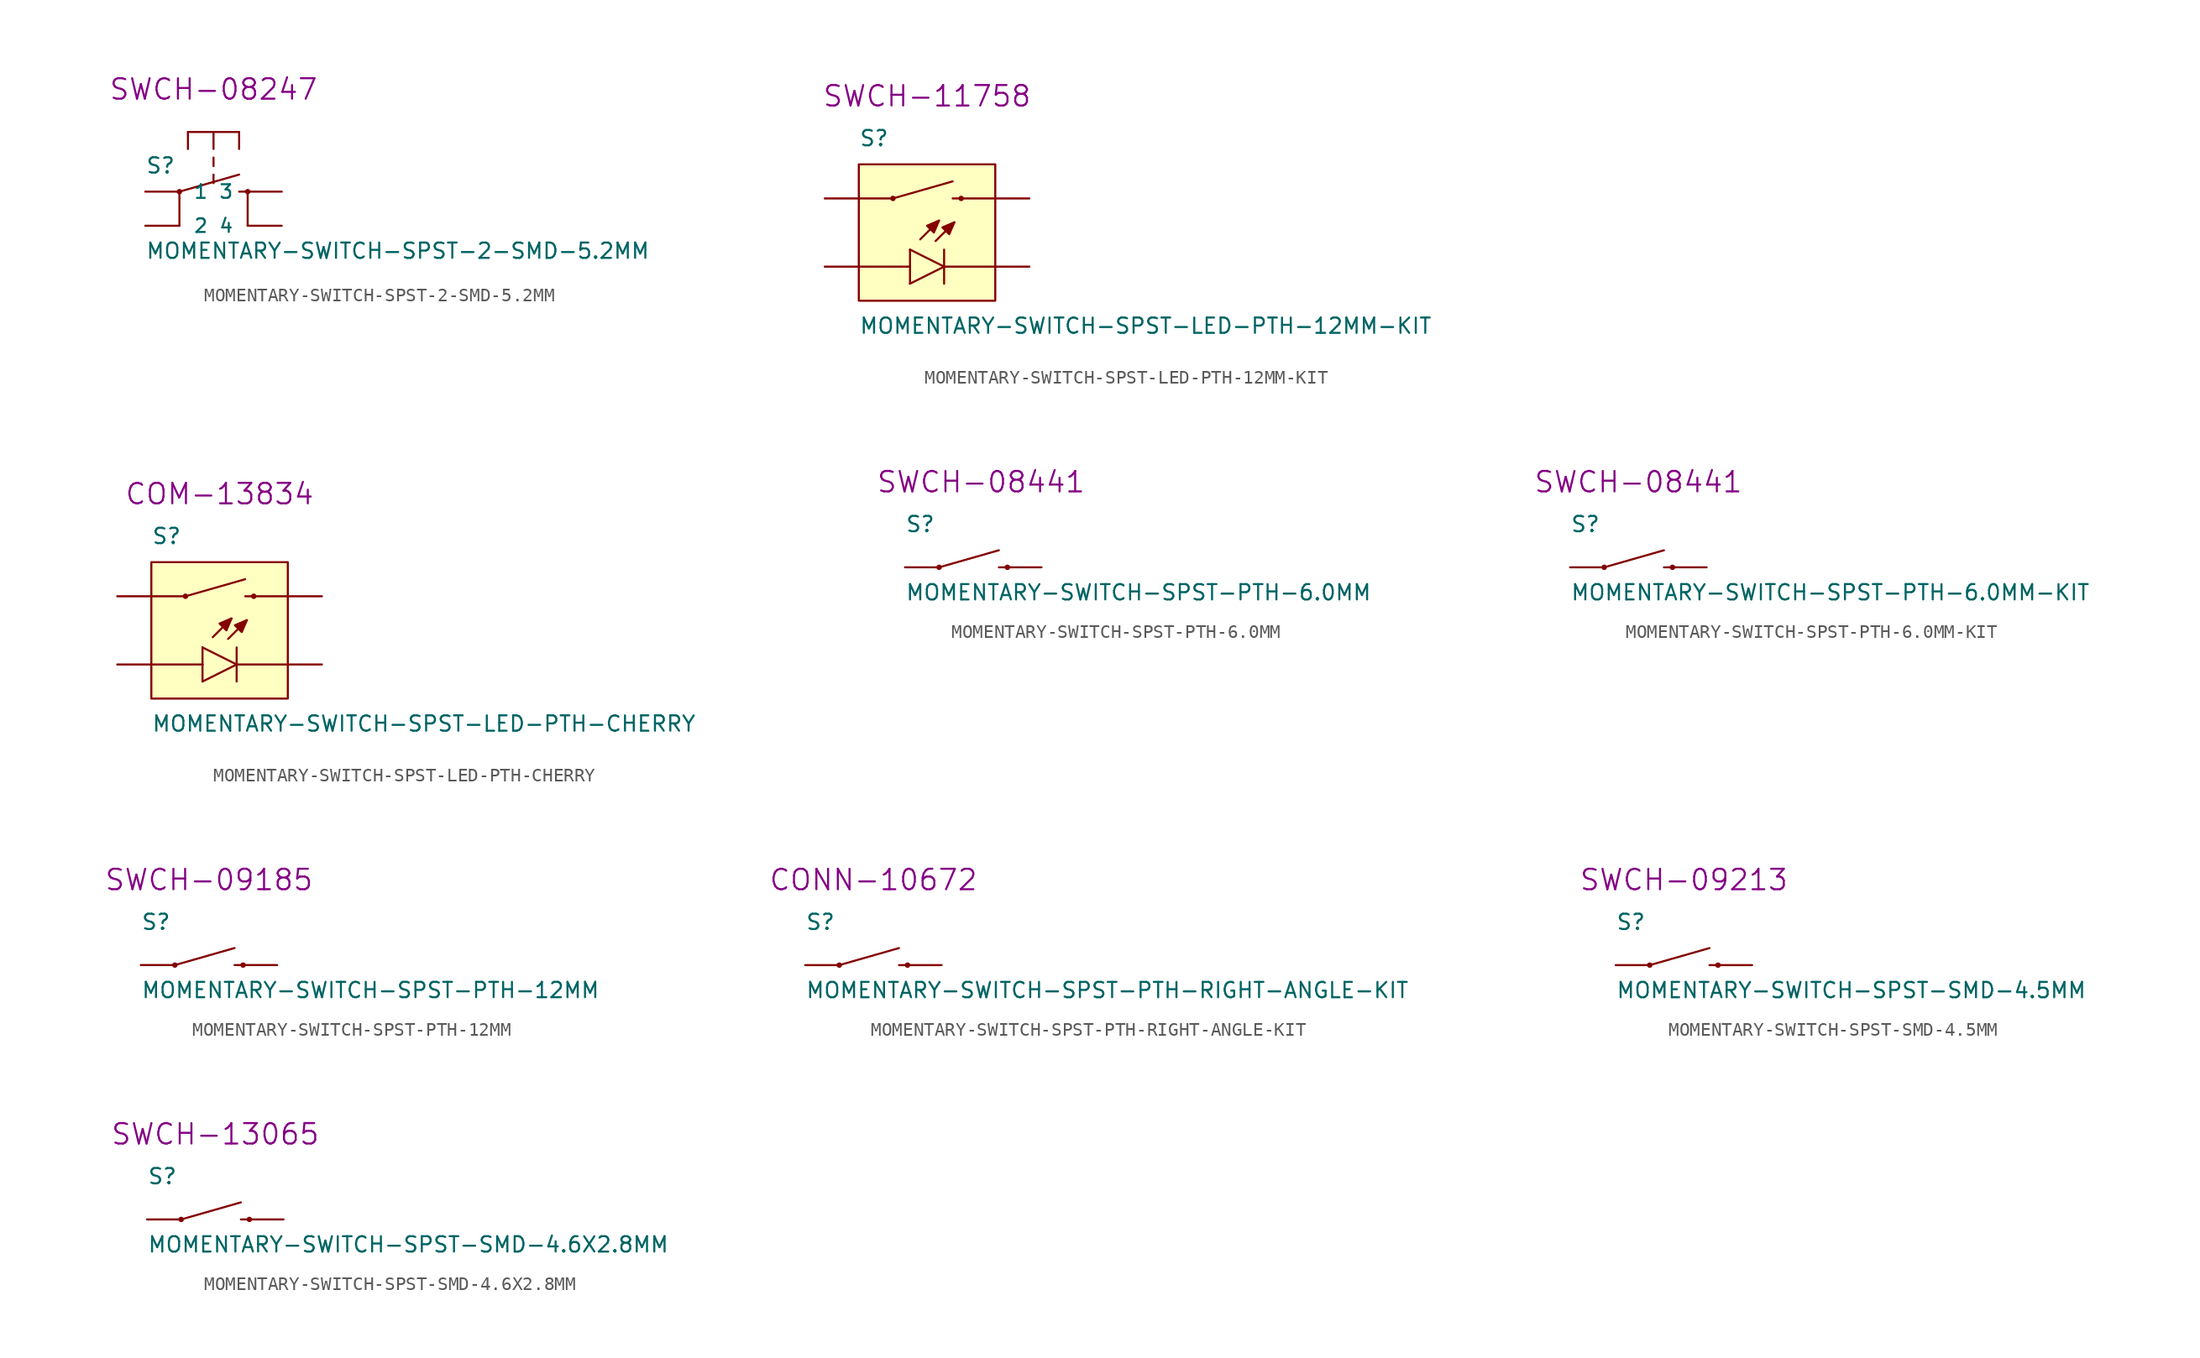
<source format=kicad_sym>
(kicad_symbol_lib
  (version 20220914)
  (generator kicad_symbol_editor)
  (symbol "MOMENTARY-SWITCH-SPST-2-SMD-5.2MM"
    (pin_numbers hide)
    (pin_names
      (offset 1.016))
    (property "Reference" "S"
      (at -5.08 1.27 0)
      (effects (font (size 1.143 1.143)) (justify left bottom)))
    (property "Value" "MOMENTARY-SWITCH-SPST-2-SMD-5.2MM"
      (at -5.08 -5.08 0)
      (effects (font (size 1.143 1.143)) (justify left bottom)))
    (property "Field4" "SWCH-08247"
      (at 0 7.62 0)
      (effects (font (size 1.524 1.524))))
    (property "ki_locked" ""
      (at 0 0 0)
      (effects (font (size 1.27 1.27))))
    (symbol "MOMENTARY-SWITCH-SPST-2-SMD-5.2MM_1_0"
      (polyline (pts (xy -2.54 -2.54) (xy -2.54 0)) (stroke (width 0) (type solid)) (fill (type none)))
      (polyline (pts (xy -2.54 0) (xy 1.905 1.27)) (stroke (width 0) (type solid)) (fill (type none)))
      (polyline (pts (xy -1.905 4.445) (xy -1.905 3.175)) (stroke (width 0) (type solid)) (fill (type none)))
      (polyline (pts (xy 0 1.27) (xy 0 0.635)) (stroke (width 0) (type solid)) (fill (type none)))
      (polyline (pts (xy 0 2.54) (xy 0 1.905)) (stroke (width 0) (type solid)) (fill (type none)))
      (polyline (pts (xy 0 4.445) (xy -1.905 4.445)) (stroke (width 0) (type solid)) (fill (type none)))
      (polyline (pts (xy 0 4.445) (xy 0 3.175)) (stroke (width 0) (type solid)) (fill (type none)))
      (polyline (pts (xy 1.905 0) (xy 2.54 0)) (stroke (width 0) (type solid)) (fill (type none)))
      (polyline (pts (xy 1.905 4.445) (xy 0 4.445)) (stroke (width 0) (type solid)) (fill (type none)))
      (polyline (pts (xy 1.905 4.445) (xy 1.905 3.175)) (stroke (width 0) (type solid)) (fill (type none)))
      (polyline (pts (xy 2.54 -2.54) (xy 2.54 0)) (stroke (width 0) (type solid)) (fill (type none))))
    (symbol "MOMENTARY-SWITCH-SPST-2-SMD-5.2MM_1_1"
      (circle (center -2.54 0) (radius 0.127) (stroke (width 0) (type solid)) (fill (type outline)))
      (circle (center 2.54 0) (radius 0.127) (stroke (width 0) (type solid)) (fill (type outline)))
      (pin passive line (at -5.08 0 0) (length 2.54) (name "1" (effects (font (size 1.016 1.016)))) (number "1" (effects (font (size 1.016 1.016)))))
      (pin passive line (at -5.08 -2.54 0) (length 2.54) (name "2" (effects (font (size 1.016 1.016)))) (number "2" (effects (font (size 1.016 1.016)))))
      (pin passive line (at 5.08 0 180) (length 2.54) (name "3" (effects (font (size 1.016 1.016)))) (number "3" (effects (font (size 1.016 1.016)))))
      (pin passive line (at 5.08 -2.54 180) (length 2.54) (name "4" (effects (font (size 1.016 1.016)))) (number "4" (effects (font (size 1.016 1.016)))))))
  (symbol "MOMENTARY-SWITCH-SPST-LED-PTH-12MM-KIT"
    (pin_numbers hide)
    (pin_names
      (offset 1.016) hide)
    (property "Reference" "S"
      (at -5.08 6.35 0)
      (effects (font (size 1.143 1.143)) (justify left bottom)))
    (property "Value" "MOMENTARY-SWITCH-SPST-LED-PTH-12MM-KIT"
      (at -5.08 -7.62 0)
      (effects (font (size 1.143 1.143)) (justify left bottom)))
    (property "Field4" "SWCH-11758"
      (at 0 10.16 0)
      (effects (font (size 1.524 1.524))))
    (property "ki_locked" ""
      (at 0 0 0)
      (effects (font (size 1.27 1.27))))
    (symbol "MOMENTARY-SWITCH-SPST-LED-PTH-12MM-KIT_1_0"
      (polyline (pts (xy -5.08 -2.54) (xy -1.27 -2.54)) (stroke (width 0) (type solid)) (fill (type none)))
      (polyline (pts (xy -5.08 2.54) (xy -2.54 2.54)) (stroke (width 0) (type solid)) (fill (type none)))
      (polyline (pts (xy -2.54 2.54) (xy 1.905 3.81)) (stroke (width 0) (type solid)) (fill (type none)))
      (polyline (pts (xy -1.27 -3.81) (xy -1.27 -2.54)) (stroke (width 0) (type solid)) (fill (type none)))
      (polyline (pts (xy -1.27 -3.81) (xy 1.27 -2.54)) (stroke (width 0) (type solid)) (fill (type none)))
      (polyline (pts (xy -1.27 -2.54) (xy -1.27 -1.27)) (stroke (width 0) (type solid)) (fill (type none)))
      (polyline (pts (xy -0.508 -0.508) (xy 0.889 0.889)) (stroke (width 0) (type solid)) (fill (type none)))
      (polyline (pts (xy 0.635 -0.635) (xy 2.032 0.762)) (stroke (width 0) (type solid)) (fill (type none)))
      (polyline (pts (xy 1.27 -3.81) (xy 1.27 -2.54)) (stroke (width 0) (type solid)) (fill (type none)))
      (polyline (pts (xy 1.27 -2.54) (xy -1.27 -1.27)) (stroke (width 0) (type solid)) (fill (type none)))
      (polyline (pts (xy 1.27 -2.54) (xy 1.27 -1.27)) (stroke (width 0) (type solid)) (fill (type none)))
      (polyline (pts (xy 1.27 -2.54) (xy 5.08 -2.54)) (stroke (width 0) (type solid)) (fill (type none)))
      (polyline (pts (xy 1.905 2.54) (xy 5.08 2.54)) (stroke (width 0) (type solid)) (fill (type none))))
    (symbol "MOMENTARY-SWITCH-SPST-LED-PTH-12MM-KIT_1_1"
      (circle (center -2.54 2.54) (radius 0.127) (stroke (width 0) (type solid)) (fill (type outline)))
      (polyline (pts (xy 0.889 0.889) (xy 0 0.508) (xy 0 0.508) (xy 0.508 0) (xy 0.508 0) (xy 0.889 0.889)) (stroke (width 0) (type solid)) (fill (type outline)))
      (polyline (pts (xy 2.032 0.762) (xy 1.143 0.381) (xy 1.143 0.381) (xy 1.651 -0.127) (xy 1.651 -0.127) (xy 2.032 0.762)) (stroke (width 0) (type solid)) (fill (type outline)))
      (polyline (pts (xy -5.08 5.08) (xy -5.08 2.54) (xy -5.08 -2.54) (xy -5.08 -5.08) (xy 5.08 -5.08) (xy 5.08 -2.54) (xy 5.08 2.54) (xy 5.08 5.08) (xy -5.08 5.08)) (stroke (width 0) (type solid)) (fill (type background)))
      (circle (center 2.54 2.54) (radius 0.127) (stroke (width 0) (type solid)) (fill (type outline)))
      (pin passive line (at 7.62 2.54 180) (length 2.54) (name "2" (effects (font (size 1.016 1.016)))) (number "2" (effects (font (size 1.016 1.016)))))
      (pin passive line (at -7.62 2.54 0) (length 2.54) (name "1" (effects (font (size 1.016 1.016)))) (number "4" (effects (font (size 1.016 1.016)))))
      (pin passive line (at -7.62 -2.54 0) (length 2.54) (name "A" (effects (font (size 1.016 1.016)))) (number "A" (effects (font (size 1.016 1.016)))))
      (pin passive line (at 7.62 -2.54 180) (length 2.54) (name "C" (effects (font (size 1.016 1.016)))) (number "C" (effects (font (size 1.016 1.016)))))))
  (symbol "MOMENTARY-SWITCH-SPST-LED-PTH-CHERRY"
    (pin_numbers hide)
    (pin_names
      (offset 1.016) hide)
    (property "Reference" "S"
      (at -5.08 6.35 0)
      (effects (font (size 1.143 1.143)) (justify left bottom)))
    (property "Value" "MOMENTARY-SWITCH-SPST-LED-PTH-CHERRY"
      (at -5.08 -7.62 0)
      (effects (font (size 1.143 1.143)) (justify left bottom)))
    (property "Field4" "COM-13834"
      (at 0 10.16 0)
      (effects (font (size 1.524 1.524))))
    (property "ki_locked" ""
      (at 0 0 0)
      (effects (font (size 1.27 1.27))))
    (symbol "MOMENTARY-SWITCH-SPST-LED-PTH-CHERRY_1_0"
      (polyline (pts (xy -5.08 -2.54) (xy -1.27 -2.54)) (stroke (width 0) (type solid)) (fill (type none)))
      (polyline (pts (xy -5.08 2.54) (xy -2.54 2.54)) (stroke (width 0) (type solid)) (fill (type none)))
      (polyline (pts (xy -2.54 2.54) (xy 1.905 3.81)) (stroke (width 0) (type solid)) (fill (type none)))
      (polyline (pts (xy -1.27 -3.81) (xy -1.27 -2.54)) (stroke (width 0) (type solid)) (fill (type none)))
      (polyline (pts (xy -1.27 -3.81) (xy 1.27 -2.54)) (stroke (width 0) (type solid)) (fill (type none)))
      (polyline (pts (xy -1.27 -2.54) (xy -1.27 -1.27)) (stroke (width 0) (type solid)) (fill (type none)))
      (polyline (pts (xy -0.508 -0.508) (xy 0.889 0.889)) (stroke (width 0) (type solid)) (fill (type none)))
      (polyline (pts (xy 0.635 -0.635) (xy 2.032 0.762)) (stroke (width 0) (type solid)) (fill (type none)))
      (polyline (pts (xy 1.27 -3.81) (xy 1.27 -2.54)) (stroke (width 0) (type solid)) (fill (type none)))
      (polyline (pts (xy 1.27 -2.54) (xy -1.27 -1.27)) (stroke (width 0) (type solid)) (fill (type none)))
      (polyline (pts (xy 1.27 -2.54) (xy 1.27 -1.27)) (stroke (width 0) (type solid)) (fill (type none)))
      (polyline (pts (xy 1.27 -2.54) (xy 5.08 -2.54)) (stroke (width 0) (type solid)) (fill (type none)))
      (polyline (pts (xy 1.905 2.54) (xy 5.08 2.54)) (stroke (width 0) (type solid)) (fill (type none))))
    (symbol "MOMENTARY-SWITCH-SPST-LED-PTH-CHERRY_1_1"
      (circle (center -2.54 2.54) (radius 0.127) (stroke (width 0) (type solid)) (fill (type outline)))
      (polyline (pts (xy 0.889 0.889) (xy 0 0.508) (xy 0 0.508) (xy 0.508 0) (xy 0.508 0) (xy 0.889 0.889)) (stroke (width 0) (type solid)) (fill (type outline)))
      (polyline (pts (xy 2.032 0.762) (xy 1.143 0.381) (xy 1.143 0.381) (xy 1.651 -0.127) (xy 1.651 -0.127) (xy 2.032 0.762)) (stroke (width 0) (type solid)) (fill (type outline)))
      (polyline (pts (xy -5.08 5.08) (xy -5.08 2.54) (xy -5.08 -2.54) (xy -5.08 -5.08) (xy 5.08 -5.08) (xy 5.08 -2.54) (xy 5.08 2.54) (xy 5.08 5.08) (xy -5.08 5.08)) (stroke (width 0) (type solid)) (fill (type background)))
      (circle (center 2.54 2.54) (radius 0.127) (stroke (width 0) (type solid)) (fill (type outline)))
      (pin passive line (at -7.62 -2.54 0) (length 2.54) (name "A" (effects (font (size 1.016 1.016)))) (number "A" (effects (font (size 1.016 1.016)))))
      (pin passive line (at 7.62 -2.54 180) (length 2.54) (name "C" (effects (font (size 1.016 1.016)))) (number "K" (effects (font (size 1.016 1.016)))))
      (pin passive line (at -7.62 2.54 0) (length 2.54) (name "1" (effects (font (size 1.016 1.016)))) (number "S1" (effects (font (size 1.016 1.016)))))
      (pin passive line (at 7.62 2.54 180) (length 2.54) (name "2" (effects (font (size 1.016 1.016)))) (number "S2" (effects (font (size 1.016 1.016)))))))
  (symbol "MOMENTARY-SWITCH-SPST-PTH-6.0MM"
    (pin_numbers hide)
    (pin_names
      (offset 1.016) hide)
    (property "Reference" "S"
      (at -5.08 2.54 0)
      (effects (font (size 1.143 1.143)) (justify left bottom)))
    (property "Value" "MOMENTARY-SWITCH-SPST-PTH-6.0MM"
      (at -5.08 -2.54 0)
      (effects (font (size 1.143 1.143)) (justify left bottom)))
    (property "Field4" " SWCH-08441"
      (at 0 6.35 0)
      (effects (font (size 1.524 1.524))))
    (property "ki_locked" ""
      (at 0 0 0)
      (effects (font (size 1.27 1.27))))
    (symbol "MOMENTARY-SWITCH-SPST-PTH-6.0MM_1_0"
      (polyline (pts (xy -2.54 0) (xy 1.905 1.27)) (stroke (width 0) (type solid)) (fill (type none)))
      (polyline (pts (xy 1.905 0) (xy 2.54 0)) (stroke (width 0) (type solid)) (fill (type none))))
    (symbol "MOMENTARY-SWITCH-SPST-PTH-6.0MM_1_1"
      (circle (center -2.54 0) (radius 0.127) (stroke (width 0) (type solid)) (fill (type outline)))
      (circle (center 2.54 0) (radius 0.127) (stroke (width 0) (type solid)) (fill (type outline)))
      (pin passive line (at -5.08 0 0) (length 2.54) (name "1" (effects (font (size 1.016 1.016)))) (number "1" (effects (font (size 1.016 1.016)))))
      (pin passive line (at 5.08 0 180) (length 2.54) (name "2" (effects (font (size 1.016 1.016)))) (number "3" (effects (font (size 1.016 1.016)))))))
  (symbol "MOMENTARY-SWITCH-SPST-PTH-6.0MM-KIT"
    (pin_numbers hide)
    (pin_names
      (offset 1.016) hide)
    (property "Reference" "S"
      (at -5.08 2.54 0)
      (effects (font (size 1.143 1.143)) (justify left bottom)))
    (property "Value" "MOMENTARY-SWITCH-SPST-PTH-6.0MM-KIT"
      (at -5.08 -2.54 0)
      (effects (font (size 1.143 1.143)) (justify left bottom)))
    (property "Field4" "SWCH-08441"
      (at 0 6.35 0)
      (effects (font (size 1.524 1.524))))
    (property "ki_locked" ""
      (at 0 0 0)
      (effects (font (size 1.27 1.27))))
    (symbol "MOMENTARY-SWITCH-SPST-PTH-6.0MM-KIT_1_0"
      (polyline (pts (xy -2.54 0) (xy 1.905 1.27)) (stroke (width 0) (type solid)) (fill (type none)))
      (polyline (pts (xy 1.905 0) (xy 2.54 0)) (stroke (width 0) (type solid)) (fill (type none))))
    (symbol "MOMENTARY-SWITCH-SPST-PTH-6.0MM-KIT_1_1"
      (circle (center -2.54 0) (radius 0.127) (stroke (width 0) (type solid)) (fill (type outline)))
      (circle (center 2.54 0) (radius 0.127) (stroke (width 0) (type solid)) (fill (type outline)))
      (pin passive line (at -5.08 0 0) (length 2.54) (name "1" (effects (font (size 1.016 1.016)))) (number "1" (effects (font (size 1.016 1.016)))))
      (pin passive line (at 5.08 0 180) (length 2.54) (name "2" (effects (font (size 1.016 1.016)))) (number "3" (effects (font (size 1.016 1.016)))))))
  (symbol "MOMENTARY-SWITCH-SPST-PTH-12MM"
    (pin_numbers hide)
    (pin_names
      (offset 1.016) hide)
    (property "Reference" "S"
      (at -5.08 2.54 0)
      (effects (font (size 1.143 1.143)) (justify left bottom)))
    (property "Value" "MOMENTARY-SWITCH-SPST-PTH-12MM"
      (at -5.08 -2.54 0)
      (effects (font (size 1.143 1.143)) (justify left bottom)))
    (property "Field4" "SWCH-09185"
      (at 0 6.35 0)
      (effects (font (size 1.524 1.524))))
    (property "ki_locked" ""
      (at 0 0 0)
      (effects (font (size 1.27 1.27))))
    (symbol "MOMENTARY-SWITCH-SPST-PTH-12MM_1_0"
      (polyline (pts (xy -2.54 0) (xy 1.905 1.27)) (stroke (width 0) (type solid)) (fill (type none)))
      (polyline (pts (xy 1.905 0) (xy 2.54 0)) (stroke (width 0) (type solid)) (fill (type none))))
    (symbol "MOMENTARY-SWITCH-SPST-PTH-12MM_1_1"
      (circle (center -2.54 0) (radius 0.127) (stroke (width 0) (type solid)) (fill (type outline)))
      (circle (center 2.54 0) (radius 0.127) (stroke (width 0) (type solid)) (fill (type outline)))
      (pin passive line (at -5.08 0 0) (length 2.54) (name "1" (effects (font (size 1.016 1.016)))) (number "1" (effects (font (size 1.016 1.016)))))
      (pin passive line (at 5.08 0 180) (length 2.54) (name "2" (effects (font (size 1.016 1.016)))) (number "3" (effects (font (size 1.016 1.016)))))))
  (symbol "MOMENTARY-SWITCH-SPST-PTH-RIGHT-ANGLE-KIT"
    (pin_numbers hide)
    (pin_names
      (offset 1.016) hide)
    (property "Reference" "S"
      (at -5.08 2.54 0)
      (effects (font (size 1.143 1.143)) (justify left bottom)))
    (property "Value" "MOMENTARY-SWITCH-SPST-PTH-RIGHT-ANGLE-KIT"
      (at -5.08 -2.54 0)
      (effects (font (size 1.143 1.143)) (justify left bottom)))
    (property "Field4" "CONN-10672"
      (at 0 6.35 0)
      (effects (font (size 1.524 1.524))))
    (property "ki_locked" ""
      (at 0 0 0)
      (effects (font (size 1.27 1.27))))
    (symbol "MOMENTARY-SWITCH-SPST-PTH-RIGHT-ANGLE-KIT_1_0"
      (polyline (pts (xy -2.54 0) (xy 1.905 1.27)) (stroke (width 0) (type solid)) (fill (type none)))
      (polyline (pts (xy 1.905 0) (xy 2.54 0)) (stroke (width 0) (type solid)) (fill (type none))))
    (symbol "MOMENTARY-SWITCH-SPST-PTH-RIGHT-ANGLE-KIT_1_1"
      (circle (center -2.54 0) (radius 0.127) (stroke (width 0) (type solid)) (fill (type outline)))
      (circle (center 2.54 0) (radius 0.127) (stroke (width 0) (type solid)) (fill (type outline)))
      (pin passive line (at -5.08 0 0) (length 2.54) (name "1" (effects (font (size 1.016 1.016)))) (number "1" (effects (font (size 1.016 1.016)))))
      (pin passive line (at 5.08 0 180) (length 2.54) (name "2" (effects (font (size 1.016 1.016)))) (number "2" (effects (font (size 1.016 1.016)))))))
  (symbol "MOMENTARY-SWITCH-SPST-SMD-4.5MM"
    (pin_numbers hide)
    (pin_names
      (offset 1.016) hide)
    (property "Reference" "S"
      (at -5.08 2.54 0)
      (effects (font (size 1.143 1.143)) (justify left bottom)))
    (property "Value" "MOMENTARY-SWITCH-SPST-SMD-4.5MM"
      (at -5.08 -2.54 0)
      (effects (font (size 1.143 1.143)) (justify left bottom)))
    (property "Field4" "SWCH-09213"
      (at 0 6.35 0)
      (effects (font (size 1.524 1.524))))
    (property "ki_locked" ""
      (at 0 0 0)
      (effects (font (size 1.27 1.27))))
    (symbol "MOMENTARY-SWITCH-SPST-SMD-4.5MM_1_0"
      (polyline (pts (xy -2.54 0) (xy 1.905 1.27)) (stroke (width 0) (type solid)) (fill (type none)))
      (polyline (pts (xy 1.905 0) (xy 2.54 0)) (stroke (width 0) (type solid)) (fill (type none))))
    (symbol "MOMENTARY-SWITCH-SPST-SMD-4.5MM_1_1"
      (circle (center -2.54 0) (radius 0.127) (stroke (width 0) (type solid)) (fill (type outline)))
      (circle (center 2.54 0) (radius 0.127) (stroke (width 0) (type solid)) (fill (type outline)))
      (pin passive line (at 5.08 0 180) (length 2.54) (name "2" (effects (font (size 1.016 1.016)))) (number "1" (effects (font (size 1.016 1.016)))))
      (pin passive line (at -5.08 0 0) (length 2.54) (name "1" (effects (font (size 1.016 1.016)))) (number "2" (effects (font (size 1.016 1.016)))))
      (pin passive line (at -5.08 0 0) (length 2.54) hide (name "1" (effects (font (size 1.016 1.016)))) (number "3" (effects (font (size 1.016 1.016)))))
      (pin passive line (at 5.08 0 180) (length 2.54) hide (name "2" (effects (font (size 1.016 1.016)))) (number "4" (effects (font (size 1.016 1.016)))))))
  (symbol "MOMENTARY-SWITCH-SPST-SMD-4.6X2.8MM"
    (pin_numbers hide)
    (pin_names
      (offset 1.016) hide)
    (property "Reference" "S"
      (at -5.08 2.54 0)
      (effects (font (size 1.143 1.143)) (justify left bottom)))
    (property "Value" "MOMENTARY-SWITCH-SPST-SMD-4.6X2.8MM"
      (at -5.08 -2.54 0)
      (effects (font (size 1.143 1.143)) (justify left bottom)))
    (property "Field4" "SWCH-13065"
      (at 0 6.35 0)
      (effects (font (size 1.524 1.524))))
    (property "ki_locked" ""
      (at 0 0 0)
      (effects (font (size 1.27 1.27))))
    (symbol "MOMENTARY-SWITCH-SPST-SMD-4.6X2.8MM_1_0"
      (polyline (pts (xy -2.54 0) (xy 1.905 1.27)) (stroke (width 0) (type solid)) (fill (type none)))
      (polyline (pts (xy 1.905 0) (xy 2.54 0)) (stroke (width 0) (type solid)) (fill (type none))))
    (symbol "MOMENTARY-SWITCH-SPST-SMD-4.6X2.8MM_1_1"
      (circle (center -2.54 0) (radius 0.127) (stroke (width 0) (type solid)) (fill (type outline)))
      (circle (center 2.54 0) (radius 0.127) (stroke (width 0) (type solid)) (fill (type outline)))
      (pin passive line (at -5.08 0 0) (length 2.54) (name "1" (effects (font (size 1.016 1.016)))) (number "1" (effects (font (size 1.016 1.016)))))
      (pin passive line (at -5.08 0 0) (length 2.54) hide (name "1" (effects (font (size 1.016 1.016)))) (number "2" (effects (font (size 1.016 1.016)))))
      (pin passive line (at 5.08 0 180) (length 2.54) (name "2" (effects (font (size 1.016 1.016)))) (number "3" (effects (font (size 1.016 1.016)))))
      (pin passive line (at 5.08 0 180) (length 2.54) hide (name "2" (effects (font (size 1.016 1.016)))) (number "4" (effects (font (size 1.016 1.016))))))))
</source>
